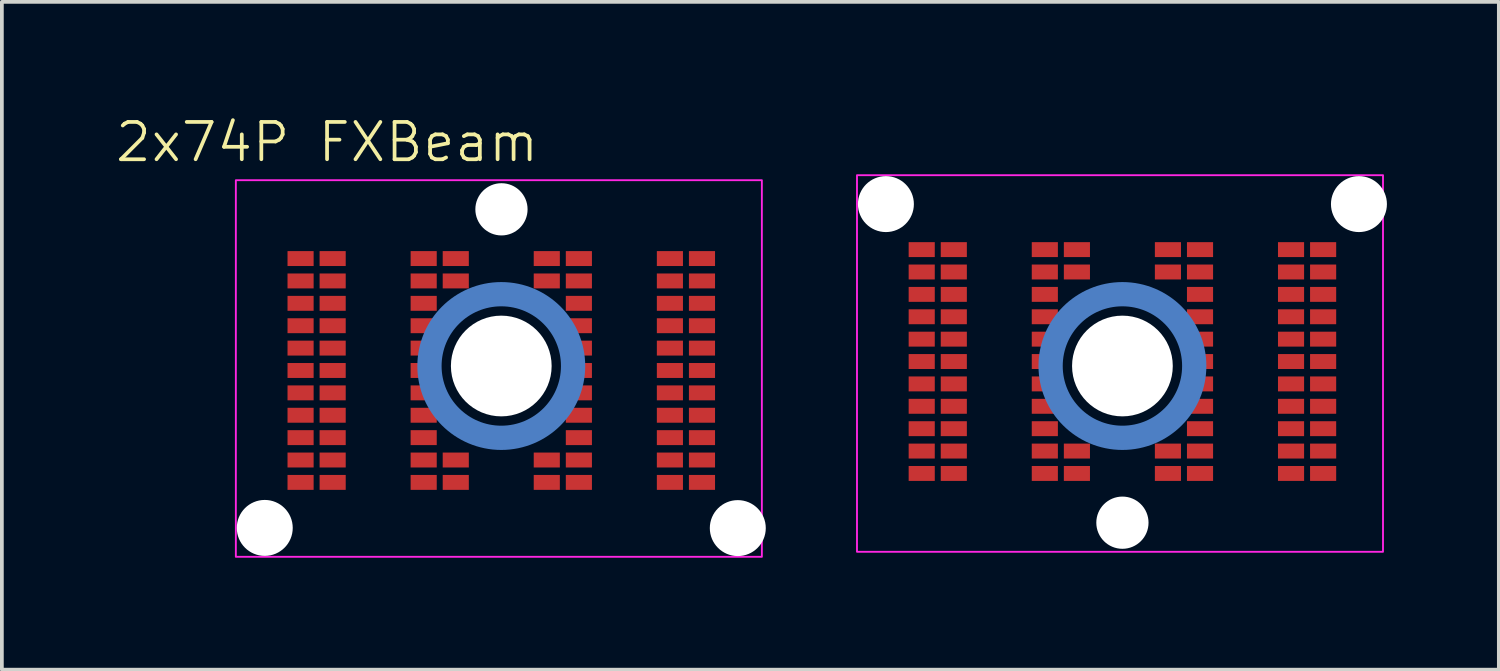
<source format=kicad_pcb>
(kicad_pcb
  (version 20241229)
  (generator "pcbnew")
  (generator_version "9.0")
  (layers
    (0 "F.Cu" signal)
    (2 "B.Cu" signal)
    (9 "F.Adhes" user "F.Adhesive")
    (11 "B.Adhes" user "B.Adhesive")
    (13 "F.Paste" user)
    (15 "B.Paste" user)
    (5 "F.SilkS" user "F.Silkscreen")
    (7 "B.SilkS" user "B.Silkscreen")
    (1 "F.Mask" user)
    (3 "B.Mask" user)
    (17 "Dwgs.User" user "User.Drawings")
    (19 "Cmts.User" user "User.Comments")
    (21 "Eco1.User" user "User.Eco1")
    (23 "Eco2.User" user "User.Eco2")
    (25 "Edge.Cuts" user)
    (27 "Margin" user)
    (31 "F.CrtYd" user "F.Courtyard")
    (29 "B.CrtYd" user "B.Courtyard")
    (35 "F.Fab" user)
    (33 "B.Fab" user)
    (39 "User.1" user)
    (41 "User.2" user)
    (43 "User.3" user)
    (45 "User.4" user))
  (footprint "2x74P FXBeam"
    (layer "F.Cu")
    (at 18.717 6.761)
    (property "Reference" "2x74P FXBeam" (at -13 -6 0) (unlocked yes) (layer "F.SilkS") (effects (font (size 1 1) (thickness 0.1))))
    (attr smd exclude_from_pos_files exclude_from_bom)
    (fp_circle (center -8.33 0) (end -6.405 0) (stroke (width 0.65) (type default)) (fill no) (layer "B.Cu"))
    (fp_circle (center 8.32 0) (end 10.245 0) (stroke (width 0.65) (type default)) (fill no) (layer "B.Cu"))
    (fp_rect (start -15.445 -4.98) (end -1.345 5.115) (stroke (width 0.05) (type default)) (fill no) (layer "F.CrtYd"))
    (fp_rect (start 15.305 4.98) (end 1.205 -5.115) (stroke (width 0.05) (type default)) (fill no) (layer "F.CrtYd"))
    (pad "" np_thru_hole circle (at -14.67 4.34) (size 1.5 1.5) (drill 1.5) (layers "*.Cu" "*.Mask"))
    (pad "" np_thru_hole circle (at -8.33 0) (size 2.7 2.7) (drill 2.7) (layers "*.Cu" "*.Mask"))
    (pad "" np_thru_hole circle (at -8.325 -4.2) (size 1.4 1.4) (drill 1.4) (layers "*.Cu" "*.Mask"))
    (pad "" np_thru_hole circle (at -1.99 4.345) (size 1.5 1.5) (drill 1.5) (layers "*.Cu" "*.Mask"))
    (pad "" np_thru_hole circle (at 1.98 -4.34) (size 1.5 1.5) (drill 1.5) (layers "*.Cu" "*.Mask"))
    (pad "" np_thru_hole circle (at 8.32 0) (size 2.7 2.7) (drill 2.7) (layers "*.Cu" "*.Mask"))
    (pad "" np_thru_hole circle (at 8.32 4.2) (size 1.4 1.4) (drill 1.4) (layers "*.Cu" "*.Mask"))
    (pad "" np_thru_hole circle (at 14.66 -4.34) (size 1.5 1.5) (drill 1.5) (layers "*.Cu" "*.Mask"))
    (pad "PA1" smd rect (at -2.95 -2.88) (size 0.7 0.4) (layers "F.Cu" "F.Mask"))
    (pad "PA2" smd rect (at -3.81 -2.88) (size 0.7 0.4) (layers "F.Cu" "F.Mask"))
    (pad "PA3" smd rect (at -6.25 -2.88) (size 0.7 0.4) (layers "F.Cu" "F.Mask"))
    (pad "PA4" smd rect (at -7.11 -2.88) (size 0.7 0.4) (layers "F.Cu" "F.Mask"))
    (pad "PA5" smd rect (at -9.55 -2.88) (size 0.7 0.4) (layers "F.Cu" "F.Mask"))
    (pad "PA6" smd rect (at -10.41 -2.88) (size 0.7 0.4) (layers "F.Cu" "F.Mask"))
    (pad "PA7" smd rect (at -12.85 -2.88) (size 0.7 0.4) (layers "F.Cu" "F.Mask"))
    (pad "PA8" smd rect (at -13.71 -2.88) (size 0.7 0.4) (layers "F.Cu" "F.Mask"))
    (pad "PB1" smd rect (at -2.95 -2.28) (size 0.7 0.4) (layers "F.Cu" "F.Mask"))
    (pad "PB2" smd rect (at -3.81 -2.28) (size 0.7 0.4) (layers "F.Cu" "F.Mask"))
    (pad "PB3" smd rect (at -6.25 -2.28) (size 0.7 0.4) (layers "F.Cu" "F.Mask"))
    (pad "PB4" smd rect (at -7.11 -2.28) (size 0.7 0.4) (layers "F.Cu" "F.Mask"))
    (pad "PB5" smd rect (at -9.55 -2.28) (size 0.7 0.4) (layers "F.Cu" "F.Mask"))
    (pad "PB6" smd rect (at -10.41 -2.28) (size 0.7 0.4) (layers "F.Cu" "F.Mask"))
    (pad "PB7" smd rect (at -12.85 -2.28) (size 0.7 0.4) (layers "F.Cu" "F.Mask"))
    (pad "PB8" smd rect (at -13.71 -2.28) (size 0.7 0.4) (layers "F.Cu" "F.Mask"))
    (pad "PC1" smd rect (at -2.95 -1.68) (size 0.7 0.4) (layers "F.Cu" "F.Mask"))
    (pad "PC2" smd rect (at -3.81 -1.68) (size 0.7 0.4) (layers "F.Cu" "F.Mask"))
    (pad "PC3" smd rect (at -6.25 -1.68) (size 0.7 0.4) (layers "F.Cu" "F.Mask"))
    (pad "PC6" smd rect (at -10.41 -1.68) (size 0.7 0.4) (layers "F.Cu" "F.Mask"))
    (pad "PC7" smd rect (at -12.85 -1.68) (size 0.7 0.4) (layers "F.Cu" "F.Mask"))
    (pad "PC8" smd rect (at -13.71 -1.68) (size 0.7 0.4) (layers "F.Cu" "F.Mask"))
    (pad "PD1" smd rect (at -2.95 -1.08) (size 0.7 0.4) (layers "F.Cu" "F.Mask"))
    (pad "PD2" smd rect (at -3.81 -1.08) (size 0.7 0.4) (layers "F.Cu" "F.Mask"))
    (pad "PD3" smd rect (at -6.25 -1.08) (size 0.7 0.4) (layers "F.Cu" "F.Mask"))
    (pad "PD6" smd rect (at -10.41 -1.08) (size 0.7 0.4) (layers "F.Cu" "F.Mask"))
    (pad "PD7" smd rect (at -12.85 -1.08) (size 0.7 0.4) (layers "F.Cu" "F.Mask"))
    (pad "PD8" smd rect (at -13.71 -1.08) (size 0.7 0.4) (layers "F.Cu" "F.Mask"))
    (pad "PE1" smd rect (at -2.95 -0.48) (size 0.7 0.4) (layers "F.Cu" "F.Mask"))
    (pad "PE2" smd rect (at -3.81 -0.48) (size 0.7 0.4) (layers "F.Cu" "F.Mask"))
    (pad "PE3" smd rect (at -6.25 -0.48) (size 0.7 0.4) (layers "F.Cu" "F.Mask"))
    (pad "PE6" smd rect (at -10.41 -0.48) (size 0.7 0.4) (layers "F.Cu" "F.Mask"))
    (pad "PE7" smd rect (at -12.85 -0.48) (size 0.7 0.4) (layers "F.Cu" "F.Mask"))
    (pad "PE8" smd rect (at -13.71 -0.48) (size 0.7 0.4) (layers "F.Cu" "F.Mask"))
    (pad "PF1" smd rect (at -2.95 0.12) (size 0.7 0.4) (layers "F.Cu" "F.Mask"))
    (pad "PF2" smd rect (at -3.81 0.12) (size 0.7 0.4) (layers "F.Cu" "F.Mask"))
    (pad "PF3" smd rect (at -6.25 0.12) (size 0.7 0.4) (layers "F.Cu" "F.Mask"))
    (pad "PF6" smd rect (at -10.41 0.12) (size 0.7 0.4) (layers "F.Cu" "F.Mask"))
    (pad "PF7" smd rect (at -12.85 0.12) (size 0.7 0.4) (layers "F.Cu" "F.Mask"))
    (pad "PF8" smd rect (at -13.71 0.12) (size 0.7 0.4) (layers "F.Cu" "F.Mask"))
    (pad "PG1" smd rect (at -2.95 0.72) (size 0.7 0.4) (layers "F.Cu" "F.Mask"))
    (pad "PG2" smd rect (at -3.81 0.72) (size 0.7 0.4) (layers "F.Cu" "F.Mask"))
    (pad "PG3" smd rect (at -6.25 0.72) (size 0.7 0.4) (layers "F.Cu" "F.Mask"))
    (pad "PG6" smd rect (at -10.41 0.72) (size 0.7 0.4) (layers "F.Cu" "F.Mask"))
    (pad "PG7" smd rect (at -12.85 0.72) (size 0.7 0.4) (layers "F.Cu" "F.Mask"))
    (pad "PG8" smd rect (at -13.71 0.72) (size 0.7 0.4) (layers "F.Cu" "F.Mask"))
    (pad "PH1" smd rect (at -2.95 1.32) (size 0.7 0.4) (layers "F.Cu" "F.Mask"))
    (pad "PH2" smd rect (at -3.81 1.32) (size 0.7 0.4) (layers "F.Cu" "F.Mask"))
    (pad "PH3" smd rect (at -6.25 1.32) (size 0.7 0.4) (layers "F.Cu" "F.Mask"))
    (pad "PH6" smd rect (at -10.41 1.32) (size 0.7 0.4) (layers "F.Cu" "F.Mask"))
    (pad "PH7" smd rect (at -12.85 1.32) (size 0.7 0.4) (layers "F.Cu" "F.Mask"))
    (pad "PH8" smd rect (at -13.71 1.32) (size 0.7 0.4) (layers "F.Cu" "F.Mask"))
    (pad "PJ1" smd rect (at -2.95 1.92) (size 0.7 0.4) (layers "F.Cu" "F.Mask"))
    (pad "PJ2" smd rect (at -3.81 1.92) (size 0.7 0.4) (layers "F.Cu" "F.Mask"))
    (pad "PJ3" smd rect (at -6.25 1.92) (size 0.7 0.4) (layers "F.Cu" "F.Mask"))
    (pad "PJ6" smd rect (at -10.41 1.92) (size 0.7 0.4) (layers "F.Cu" "F.Mask"))
    (pad "PJ7" smd rect (at -12.85 1.92) (size 0.7 0.4) (layers "F.Cu" "F.Mask"))
    (pad "PJ8" smd rect (at -13.71 1.92) (size 0.7 0.4) (layers "F.Cu" "F.Mask"))
    (pad "PK1" smd rect (at -2.95 2.52) (size 0.7 0.4) (layers "F.Cu" "F.Mask"))
    (pad "PK2" smd rect (at -3.81 2.52) (size 0.7 0.4) (layers "F.Cu" "F.Mask"))
    (pad "PK3" smd rect (at -6.25 2.52) (size 0.7 0.4) (layers "F.Cu" "F.Mask"))
    (pad "PK4" smd rect (at -7.11 2.52) (size 0.7 0.4) (layers "F.Cu" "F.Mask"))
    (pad "PK5" smd rect (at -9.55 2.52) (size 0.7 0.4) (layers "F.Cu" "F.Mask"))
    (pad "PK6" smd rect (at -10.41 2.52) (size 0.7 0.4) (layers "F.Cu" "F.Mask"))
    (pad "PK7" smd rect (at -12.85 2.52) (size 0.7 0.4) (layers "F.Cu" "F.Mask"))
    (pad "PK8" smd rect (at -13.71 2.52) (size 0.7 0.4) (layers "F.Cu" "F.Mask"))
    (pad "PL1" smd rect (at -2.95 3.12) (size 0.7 0.4) (layers "F.Cu" "F.Mask"))
    (pad "PL2" smd rect (at -3.81 3.12) (size 0.7 0.4) (layers "F.Cu" "F.Mask"))
    (pad "PL3" smd rect (at -6.25 3.12) (size 0.7 0.4) (layers "F.Cu" "F.Mask"))
    (pad "PL4" smd rect (at -7.11 3.12) (size 0.7 0.4) (layers "F.Cu" "F.Mask"))
    (pad "PL5" smd rect (at -9.55 3.12) (size 0.7 0.4) (layers "F.Cu" "F.Mask"))
    (pad "PL6" smd rect (at -10.41 3.12) (size 0.7 0.4) (layers "F.Cu" "F.Mask"))
    (pad "PL7" smd rect (at -12.85 3.12) (size 0.7 0.4) (layers "F.Cu" "F.Mask"))
    (pad "PL8" smd rect (at -13.71 3.12) (size 0.7 0.4) (layers "F.Cu" "F.Mask"))
    (pad "SA1" smd rect (at 13.7 -3.12) (size 0.7 0.4) (layers "F.Cu" "F.Mask"))
    (pad "SA2" smd rect (at 12.84 -3.12) (size 0.7 0.4) (layers "F.Cu" "F.Mask"))
    (pad "SA3" smd rect (at 10.4 -3.12) (size 0.7 0.4) (layers "F.Cu" "F.Mask"))
    (pad "SA4" smd rect (at 9.54 -3.12) (size 0.7 0.4) (layers "F.Cu" "F.Mask"))
    (pad "SA5" smd rect (at 7.1 -3.12) (size 0.7 0.4) (layers "F.Cu" "F.Mask"))
    (pad "SA6" smd rect (at 6.24 -3.12) (size 0.7 0.4) (layers "F.Cu" "F.Mask"))
    (pad "SA7" smd rect (at 3.8 -3.12) (size 0.7 0.4) (layers "F.Cu" "F.Mask"))
    (pad "SA8" smd rect (at 2.94 -3.12) (size 0.7 0.4) (layers "F.Cu" "F.Mask"))
    (pad "SB1" smd rect (at 13.7 -2.52) (size 0.7 0.4) (layers "F.Cu" "F.Mask"))
    (pad "SB2" smd rect (at 12.84 -2.52) (size 0.7 0.4) (layers "F.Cu" "F.Mask"))
    (pad "SB3" smd rect (at 10.4 -2.52) (size 0.7 0.4) (layers "F.Cu" "F.Mask"))
    (pad "SB4" smd rect (at 9.54 -2.52) (size 0.7 0.4) (layers "F.Cu" "F.Mask"))
    (pad "SB5" smd rect (at 7.1 -2.52) (size 0.7 0.4) (layers "F.Cu" "F.Mask"))
    (pad "SB6" smd rect (at 6.24 -2.52) (size 0.7 0.4) (layers "F.Cu" "F.Mask"))
    (pad "SB7" smd rect (at 3.8 -2.52) (size 0.7 0.4) (layers "F.Cu" "F.Mask"))
    (pad "SB8" smd rect (at 2.94 -2.52) (size 0.7 0.4) (layers "F.Cu" "F.Mask"))
    (pad "SC1" smd rect (at 13.7 -1.92) (size 0.7 0.4) (layers "F.Cu" "F.Mask"))
    (pad "SC2" smd rect (at 12.84 -1.92) (size 0.7 0.4) (layers "F.Cu" "F.Mask"))
    (pad "SC3" smd rect (at 10.4 -1.92) (size 0.7 0.4) (layers "F.Cu" "F.Mask"))
    (pad "SC6" smd rect (at 6.24 -1.92) (size 0.7 0.4) (layers "F.Cu" "F.Mask"))
    (pad "SC7" smd rect (at 3.8 -1.92) (size 0.7 0.4) (layers "F.Cu" "F.Mask"))
    (pad "SC8" smd rect (at 2.94 -1.92) (size 0.7 0.4) (layers "F.Cu" "F.Mask"))
    (pad "SD1" smd rect (at 13.7 -1.32) (size 0.7 0.4) (layers "F.Cu" "F.Mask"))
    (pad "SD2" smd rect (at 12.84 -1.32) (size 0.7 0.4) (layers "F.Cu" "F.Mask"))
    (pad "SD3" smd rect (at 10.4 -1.32) (size 0.7 0.4) (layers "F.Cu" "F.Mask"))
    (pad "SD6" smd rect (at 6.24 -1.32) (size 0.7 0.4) (layers "F.Cu" "F.Mask"))
    (pad "SD7" smd rect (at 3.8 -1.32) (size 0.7 0.4) (layers "F.Cu" "F.Mask"))
    (pad "SD8" smd rect (at 2.94 -1.32) (size 0.7 0.4) (layers "F.Cu" "F.Mask"))
    (pad "SE1" smd rect (at 13.7 -0.72) (size 0.7 0.4) (layers "F.Cu" "F.Mask"))
    (pad "SE2" smd rect (at 12.84 -0.72) (size 0.7 0.4) (layers "F.Cu" "F.Mask"))
    (pad "SE3" smd rect (at 10.4 -0.72) (size 0.7 0.4) (layers "F.Cu" "F.Mask"))
    (pad "SE6" smd rect (at 6.24 -0.72) (size 0.7 0.4) (layers "F.Cu" "F.Mask"))
    (pad "SE7" smd rect (at 3.8 -0.72) (size 0.7 0.4) (layers "F.Cu" "F.Mask"))
    (pad "SE8" smd rect (at 2.94 -0.72) (size 0.7 0.4) (layers "F.Cu" "F.Mask"))
    (pad "SF1" smd rect (at 13.7 -0.12) (size 0.7 0.4) (layers "F.Cu" "F.Mask"))
    (pad "SF2" smd rect (at 12.84 -0.12) (size 0.7 0.4) (layers "F.Cu" "F.Mask"))
    (pad "SF3" smd rect (at 10.4 -0.12) (size 0.7 0.4) (layers "F.Cu" "F.Mask"))
    (pad "SF6" smd rect (at 6.24 -0.12) (size 0.7 0.4) (layers "F.Cu" "F.Mask"))
    (pad "SF7" smd rect (at 3.8 -0.12) (size 0.7 0.4) (layers "F.Cu" "F.Mask"))
    (pad "SF8" smd rect (at 2.94 -0.12) (size 0.7 0.4) (layers "F.Cu" "F.Mask"))
    (pad "SG1" smd rect (at 13.7 0.48) (size 0.7 0.4) (layers "F.Cu" "F.Mask"))
    (pad "SG2" smd rect (at 12.84 0.48) (size 0.7 0.4) (layers "F.Cu" "F.Mask"))
    (pad "SG3" smd rect (at 10.4 0.48) (size 0.7 0.4) (layers "F.Cu" "F.Mask"))
    (pad "SG6" smd rect (at 6.24 0.48) (size 0.7 0.4) (layers "F.Cu" "F.Mask"))
    (pad "SG7" smd rect (at 3.8 0.48) (size 0.7 0.4) (layers "F.Cu" "F.Mask"))
    (pad "SG8" smd rect (at 2.94 0.48) (size 0.7 0.4) (layers "F.Cu" "F.Mask"))
    (pad "SH1" smd rect (at 13.7 1.08) (size 0.7 0.4) (layers "F.Cu" "F.Mask"))
    (pad "SH2" smd rect (at 12.84 1.08) (size 0.7 0.4) (layers "F.Cu" "F.Mask"))
    (pad "SH3" smd rect (at 10.4 1.08) (size 0.7 0.4) (layers "F.Cu" "F.Mask"))
    (pad "SH6" smd rect (at 6.24 1.08) (size 0.7 0.4) (layers "F.Cu" "F.Mask"))
    (pad "SH7" smd rect (at 3.8 1.08) (size 0.7 0.4) (layers "F.Cu" "F.Mask"))
    (pad "SH8" smd rect (at 2.94 1.08) (size 0.7 0.4) (layers "F.Cu" "F.Mask"))
    (pad "SJ1" smd rect (at 13.7 1.68) (size 0.7 0.4) (layers "F.Cu" "F.Mask"))
    (pad "SJ2" smd rect (at 12.84 1.68) (size 0.7 0.4) (layers "F.Cu" "F.Mask"))
    (pad "SJ3" smd rect (at 10.4 1.68) (size 0.7 0.4) (layers "F.Cu" "F.Mask"))
    (pad "SJ6" smd rect (at 6.24 1.68) (size 0.7 0.4) (layers "F.Cu" "F.Mask"))
    (pad "SJ7" smd rect (at 3.8 1.68) (size 0.7 0.4) (layers "F.Cu" "F.Mask"))
    (pad "SJ8" smd rect (at 2.94 1.68) (size 0.7 0.4) (layers "F.Cu" "F.Mask"))
    (pad "SK1" smd rect (at 13.7 2.28) (size 0.7 0.4) (layers "F.Cu" "F.Mask"))
    (pad "SK2" smd rect (at 12.84 2.28) (size 0.7 0.4) (layers "F.Cu" "F.Mask"))
    (pad "SK3" smd rect (at 10.4 2.28) (size 0.7 0.4) (layers "F.Cu" "F.Mask"))
    (pad "SK4" smd rect (at 9.54 2.28) (size 0.7 0.4) (layers "F.Cu" "F.Mask"))
    (pad "SK5" smd rect (at 7.1 2.28) (size 0.7 0.4) (layers "F.Cu" "F.Mask"))
    (pad "SK6" smd rect (at 6.24 2.28) (size 0.7 0.4) (layers "F.Cu" "F.Mask"))
    (pad "SK7" smd rect (at 3.8 2.28) (size 0.7 0.4) (layers "F.Cu" "F.Mask"))
    (pad "SK8" smd rect (at 2.94 2.28) (size 0.7 0.4) (layers "F.Cu" "F.Mask"))
    (pad "SL1" smd rect (at 13.7 2.88) (size 0.7 0.4) (layers "F.Cu" "F.Mask"))
    (pad "SL2" smd rect (at 12.84 2.88) (size 0.7 0.4) (layers "F.Cu" "F.Mask"))
    (pad "SL3" smd rect (at 10.4 2.88) (size 0.7 0.4) (layers "F.Cu" "F.Mask"))
    (pad "SL4" smd rect (at 9.54 2.88) (size 0.7 0.4) (layers "F.Cu" "F.Mask"))
    (pad "SL5" smd rect (at 7.1 2.88) (size 0.7 0.4) (layers "F.Cu" "F.Mask"))
    (pad "SL6" smd rect (at 6.24 2.88) (size 0.7 0.4) (layers "F.Cu" "F.Mask"))
    (pad "SL7" smd rect (at 3.8 2.88) (size 0.7 0.4) (layers "F.Cu" "F.Mask"))
    (pad "SL8" smd rect (at 2.94 2.88) (size 0.7 0.4) (layers "F.Cu" "F.Mask")))
  (gr_rect
    (start -3 -3)
    (end 37.127 14.9)
    (stroke (width 0.1) (type default))
    (fill no)
    (layer "Edge.Cuts")))
</source>
